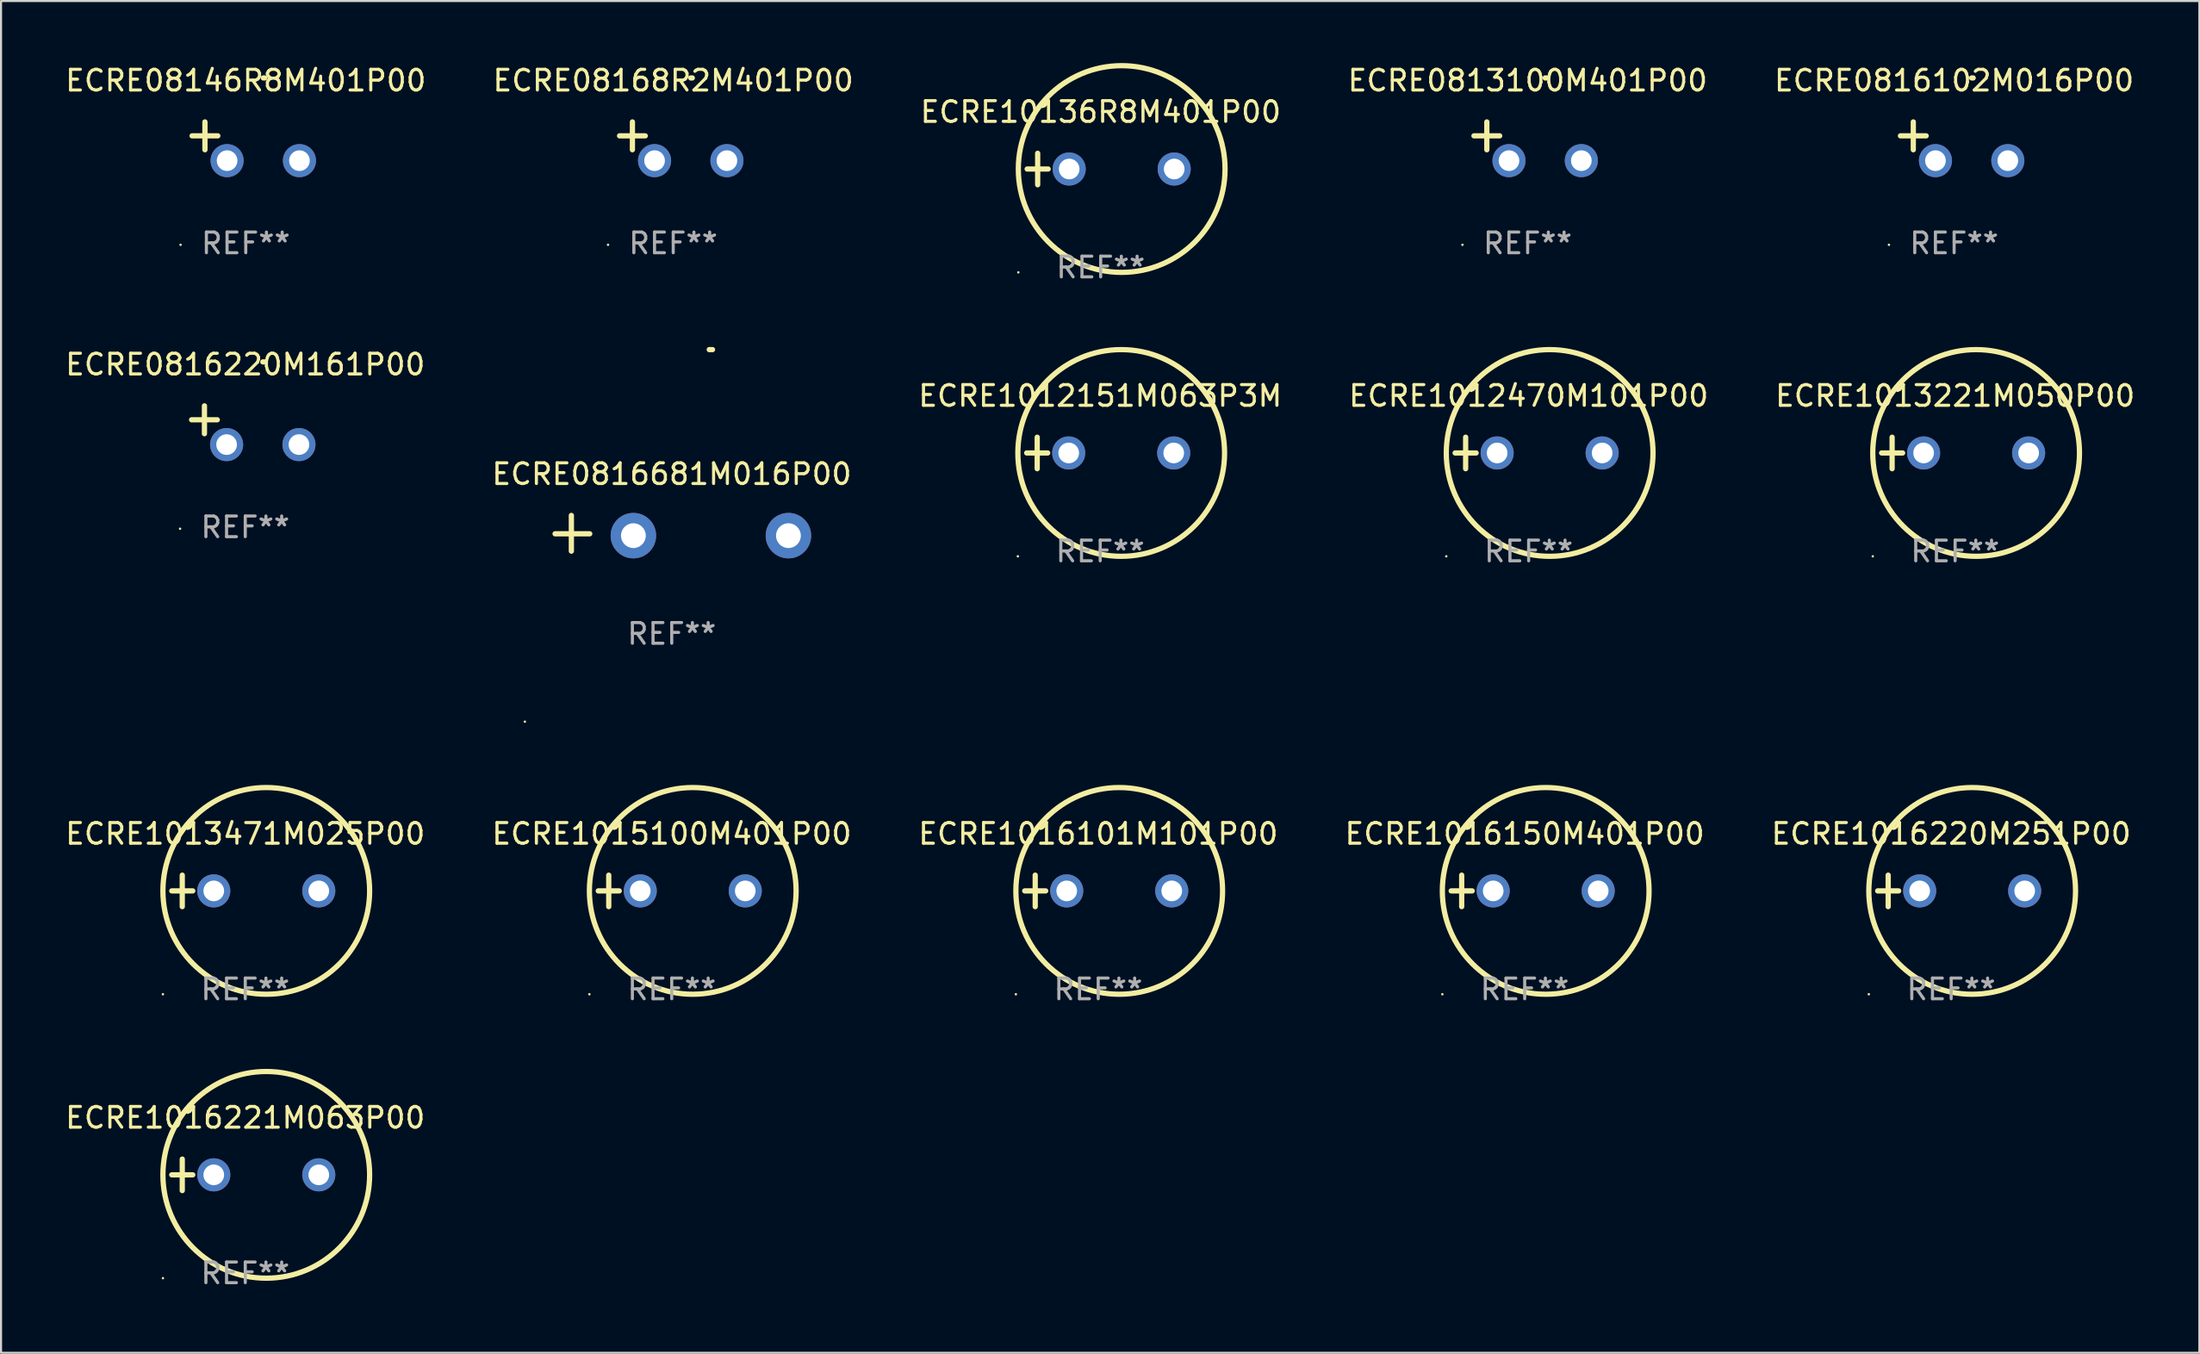
<source format=kicad_pcb>
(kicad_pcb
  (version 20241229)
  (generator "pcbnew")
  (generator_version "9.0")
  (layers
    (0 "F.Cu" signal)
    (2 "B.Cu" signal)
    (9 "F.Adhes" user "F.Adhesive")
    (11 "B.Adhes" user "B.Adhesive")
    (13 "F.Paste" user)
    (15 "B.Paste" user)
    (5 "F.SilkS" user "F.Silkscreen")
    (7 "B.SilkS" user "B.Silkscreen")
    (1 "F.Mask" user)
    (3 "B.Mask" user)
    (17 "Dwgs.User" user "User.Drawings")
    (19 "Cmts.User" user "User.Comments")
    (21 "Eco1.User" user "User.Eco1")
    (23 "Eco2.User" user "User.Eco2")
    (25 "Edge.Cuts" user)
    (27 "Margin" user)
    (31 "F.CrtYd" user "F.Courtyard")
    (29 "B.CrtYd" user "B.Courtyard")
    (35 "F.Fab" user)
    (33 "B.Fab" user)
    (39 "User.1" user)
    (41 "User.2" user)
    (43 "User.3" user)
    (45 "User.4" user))
  (footprint "ECRE1016221M063P00"
    (layer "F.Cu")
    (at 8.815 53.788)
    (property "Reference" "ECRE1016221M063P00" (at 0 -2.762 0) (layer "F.SilkS") (effects (font (size 1 1) (thickness 0.15))))
    (attr through_hole)
    (fp_line (start -3.556 0) (end -2.54 0) (stroke (width 0.254) (type solid)) (layer "F.SilkS"))
    (fp_line (start -3.048 -0.762) (end -3.048 0.762) (stroke (width 0.254) (type solid)) (layer "F.SilkS"))
    (fp_circle (center -3.984 5) (end -3.954 5) (stroke (width 0.06) (type solid)) (fill no) (layer "F.SilkS"))
    (fp_circle (center 1.016 0) (end 6.016 0) (stroke (width 0.254) (type solid)) (fill no) (layer "F.SilkS"))
    (fp_text user "REF**" (at 0 4.762 0) (layer "F.Fab") (effects (font (size 1 1) (thickness 0.15))))
    (pad "1" thru_hole circle (at -1.524 0) (size 1.6 1.6) (drill 1) (layers "*.Cu" "*.Mask"))
    (pad "2" thru_hole circle (at 3.556 0) (size 1.6 1.6) (drill 1) (layers "*.Cu" "*.Mask")))
  (footprint "ECRE0813100M401P00"
    (layer "F.Cu")
    (at 70.851 3.785)
    (property "Reference" "ECRE0813100M401P00" (at 0 -2.937 0) (layer "F.SilkS") (effects (font (size 1 1) (thickness 0.15))))
    (attr through_hole)
    (fp_line (start -1.975 0.41) (end -1.975 -0.937) (stroke (width 0.254) (type solid)) (layer "F.SilkS"))
    (fp_line (start -1.353 -0.263) (end -2.597 -0.263) (stroke (width 0.254) (type solid)) (layer "F.SilkS"))
    (fp_arc (start 0.849809 -3.063957) (mid 0.885369 -3.064114) (end 0.920929 -3.063957) (stroke (width 0.254001) (type solid)) (layer "F.SilkS"))
    (fp_circle (center -3.154 5.008) (end -3.124 5.008) (stroke (width 0.06) (type solid)) (fill no) (layer "F.SilkS"))
    (fp_text user "REF**" (at 0 4.937 0) (layer "F.Fab") (effects (font (size 1 1) (thickness 0.15))))
    (pad "1" thru_hole circle (at -0.903 0.937) (size 1.6 1.6) (drill 1) (layers "*.Cu" "*.Mask"))
    (pad "2" thru_hole circle (at 2.597 0.937) (size 1.6 1.6) (drill 1) (layers "*.Cu" "*.Mask")))
  (footprint "ECRE1016101M101P00"
    (layer "F.Cu")
    (at 50.077 40.051)
    (property "Reference" "ECRE1016101M101P00" (at 0 -2.762 0) (layer "F.SilkS") (effects (font (size 1 1) (thickness 0.15))))
    (attr through_hole)
    (fp_line (start -3.556 0) (end -2.54 0) (stroke (width 0.254) (type solid)) (layer "F.SilkS"))
    (fp_line (start -3.048 -0.762) (end -3.048 0.762) (stroke (width 0.254) (type solid)) (layer "F.SilkS"))
    (fp_circle (center -3.984 5) (end -3.954 5) (stroke (width 0.06) (type solid)) (fill no) (layer "F.SilkS"))
    (fp_circle (center 1.016 0) (end 6.016 0) (stroke (width 0.254) (type solid)) (fill no) (layer "F.SilkS"))
    (fp_text user "REF**" (at 0 4.762 0) (layer "F.Fab") (effects (font (size 1 1) (thickness 0.15))))
    (pad "1" thru_hole circle (at -1.524 0) (size 1.6 1.6) (drill 1) (layers "*.Cu" "*.Mask"))
    (pad "2" thru_hole circle (at 3.556 0) (size 1.6 1.6) (drill 1) (layers "*.Cu" "*.Mask")))
  (footprint "ECRE10136R8M401P00"
    (layer "F.Cu")
    (at 50.196 5.127)
    (property "Reference" "ECRE10136R8M401P00" (at 0 -2.762 0) (layer "F.SilkS") (effects (font (size 1 1) (thickness 0.15))))
    (attr through_hole)
    (fp_line (start -3.556 0) (end -2.54 0) (stroke (width 0.254) (type solid)) (layer "F.SilkS"))
    (fp_line (start -3.048 -0.762) (end -3.048 0.762) (stroke (width 0.254) (type solid)) (layer "F.SilkS"))
    (fp_circle (center -3.984 5) (end -3.954 5) (stroke (width 0.06) (type solid)) (fill no) (layer "F.SilkS"))
    (fp_circle (center 1.016 0) (end 6.016 0) (stroke (width 0.254) (type solid)) (fill no) (layer "F.SilkS"))
    (fp_text user "REF**" (at 0 4.762 0) (layer "F.Fab") (effects (font (size 1 1) (thickness 0.15))))
    (pad "1" thru_hole circle (at -1.524 0) (size 1.6 1.6) (drill 1) (layers "*.Cu" "*.Mask"))
    (pad "2" thru_hole circle (at 3.556 0) (size 1.6 1.6) (drill 1) (layers "*.Cu" "*.Mask")))
  (footprint "ECRE1016220M251P00"
    (layer "F.Cu")
    (at 91.339 40.051)
    (property "Reference" "ECRE1016220M251P00" (at 0 -2.762 0) (layer "F.SilkS") (effects (font (size 1 1) (thickness 0.15))))
    (attr through_hole)
    (fp_line (start -3.556 0) (end -2.54 0) (stroke (width 0.254) (type solid)) (layer "F.SilkS"))
    (fp_line (start -3.048 -0.762) (end -3.048 0.762) (stroke (width 0.254) (type solid)) (layer "F.SilkS"))
    (fp_circle (center -3.984 5) (end -3.954 5) (stroke (width 0.06) (type solid)) (fill no) (layer "F.SilkS"))
    (fp_circle (center 1.016 0) (end 6.016 0) (stroke (width 0.254) (type solid)) (fill no) (layer "F.SilkS"))
    (fp_text user "REF**" (at 0 4.762 0) (layer "F.Fab") (effects (font (size 1 1) (thickness 0.15))))
    (pad "1" thru_hole circle (at -1.524 0) (size 1.6 1.6) (drill 1) (layers "*.Cu" "*.Mask"))
    (pad "2" thru_hole circle (at 3.556 0) (size 1.6 1.6) (drill 1) (layers "*.Cu" "*.Mask")))
  (footprint "ECRE0816681M016P00"
    (layer "F.Cu")
    (at 29.446 22.75)
    (property "Reference" "ECRE0816681M016P00" (at 0 -2.864 0) (layer "F.SilkS") (effects (font (size 1 1) (thickness 0.15))))
    (attr through_hole)
    (fp_line (start -4.856 0.864) (end -4.856 -0.864) (stroke (width 0.254) (type solid)) (layer "F.SilkS"))
    (fp_line (start -3.967 0.025) (end -5.644 0.025) (stroke (width 0.254) (type solid)) (layer "F.SilkS"))
    (fp_arc (start 1.815024 -8.885649) (mid 1.893764 -8.88599) (end 1.972504 -8.885649) (stroke (width 0.254001) (type solid)) (layer "F.SilkS"))
    (fp_circle (center -7.106 9.114) (end -7.076 9.114) (stroke (width 0.06) (type solid)) (fill no) (layer "F.SilkS"))
    (fp_text user "REF**" (at 0 4.864 0) (layer "F.Fab") (effects (font (size 1 1) (thickness 0.15))))
    (pad "1" thru_hole circle (at -1.856 0.114) (size 2.2 2.2) (drill 1.2) (layers "*.Cu" "*.Mask"))
    (pad "2" thru_hole circle (at 5.644 0.114) (size 2.2 2.2) (drill 1.2) (layers "*.Cu" "*.Mask")))
  (footprint "ECRE1012470M101P00"
    (layer "F.Cu")
    (at 70.899 18.864)
    (property "Reference" "ECRE1012470M101P00" (at 0 -2.762 0) (layer "F.SilkS") (effects (font (size 1 1) (thickness 0.15))))
    (attr through_hole)
    (fp_line (start -3.556 0) (end -2.54 0) (stroke (width 0.254) (type solid)) (layer "F.SilkS"))
    (fp_line (start -3.048 -0.762) (end -3.048 0.762) (stroke (width 0.254) (type solid)) (layer "F.SilkS"))
    (fp_circle (center -3.984 5) (end -3.954 5) (stroke (width 0.06) (type solid)) (fill no) (layer "F.SilkS"))
    (fp_circle (center 1.016 0) (end 6.016 0) (stroke (width 0.254) (type solid)) (fill no) (layer "F.SilkS"))
    (fp_text user "REF**" (at 0 4.762 0) (layer "F.Fab") (effects (font (size 1 1) (thickness 0.15))))
    (pad "1" thru_hole circle (at -1.524 0) (size 1.6 1.6) (drill 1) (layers "*.Cu" "*.Mask"))
    (pad "2" thru_hole circle (at 3.556 0) (size 1.6 1.6) (drill 1) (layers "*.Cu" "*.Mask")))
  (footprint "ECRE08146R8M401P00"
    (layer "F.Cu")
    (at 8.839 3.785)
    (property "Reference" "ECRE08146R8M401P00" (at 0 -2.937 0) (layer "F.SilkS") (effects (font (size 1 1) (thickness 0.15))))
    (attr through_hole)
    (fp_line (start -1.975 0.41) (end -1.975 -0.937) (stroke (width 0.254) (type solid)) (layer "F.SilkS"))
    (fp_line (start -1.353 -0.263) (end -2.597 -0.263) (stroke (width 0.254) (type solid)) (layer "F.SilkS"))
    (fp_arc (start 0.849809 -3.063957) (mid 0.885369 -3.064114) (end 0.920929 -3.063957) (stroke (width 0.254001) (type solid)) (layer "F.SilkS"))
    (fp_circle (center -3.154 5.008) (end -3.124 5.008) (stroke (width 0.06) (type solid)) (fill no) (layer "F.SilkS"))
    (fp_text user "REF**" (at 0 4.937 0) (layer "F.Fab") (effects (font (size 1 1) (thickness 0.15))))
    (pad "1" thru_hole circle (at -0.903 0.937) (size 1.6 1.6) (drill 1) (layers "*.Cu" "*.Mask"))
    (pad "2" thru_hole circle (at 2.597 0.937) (size 1.6 1.6) (drill 1) (layers "*.Cu" "*.Mask")))
  (footprint "ECRE0816220M161P00"
    (layer "F.Cu")
    (at 8.815 17.522)
    (property "Reference" "ECRE0816220M161P00" (at 0 -2.937 0) (layer "F.SilkS") (effects (font (size 1 1) (thickness 0.15))))
    (attr through_hole)
    (fp_line (start -1.975 0.41) (end -1.975 -0.937) (stroke (width 0.254) (type solid)) (layer "F.SilkS"))
    (fp_line (start -1.353 -0.263) (end -2.597 -0.263) (stroke (width 0.254) (type solid)) (layer "F.SilkS"))
    (fp_arc (start 0.849809 -3.063957) (mid 0.885369 -3.064114) (end 0.920929 -3.063957) (stroke (width 0.254001) (type solid)) (layer "F.SilkS"))
    (fp_circle (center -3.154 5.008) (end -3.124 5.008) (stroke (width 0.06) (type solid)) (fill no) (layer "F.SilkS"))
    (fp_text user "REF**" (at 0 4.937 0) (layer "F.Fab") (effects (font (size 1 1) (thickness 0.15))))
    (pad "1" thru_hole circle (at -0.903 0.937) (size 1.6 1.6) (drill 1) (layers "*.Cu" "*.Mask"))
    (pad "2" thru_hole circle (at 2.597 0.937) (size 1.6 1.6) (drill 1) (layers "*.Cu" "*.Mask")))
  (footprint "ECRE1013221M050P00"
    (layer "F.Cu")
    (at 91.53 18.864)
    (property "Reference" "ECRE1013221M050P00" (at 0 -2.762 0) (layer "F.SilkS") (effects (font (size 1 1) (thickness 0.15))))
    (attr through_hole)
    (fp_line (start -3.556 0) (end -2.54 0) (stroke (width 0.254) (type solid)) (layer "F.SilkS"))
    (fp_line (start -3.048 -0.762) (end -3.048 0.762) (stroke (width 0.254) (type solid)) (layer "F.SilkS"))
    (fp_circle (center -3.984 5) (end -3.954 5) (stroke (width 0.06) (type solid)) (fill no) (layer "F.SilkS"))
    (fp_circle (center 1.016 0) (end 6.016 0) (stroke (width 0.254) (type solid)) (fill no) (layer "F.SilkS"))
    (fp_text user "REF**" (at 0 4.762 0) (layer "F.Fab") (effects (font (size 1 1) (thickness 0.15))))
    (pad "1" thru_hole circle (at -1.524 0) (size 1.6 1.6) (drill 1) (layers "*.Cu" "*.Mask"))
    (pad "2" thru_hole circle (at 3.556 0) (size 1.6 1.6) (drill 1) (layers "*.Cu" "*.Mask")))
  (footprint "ECRE1013471M025P00"
    (layer "F.Cu")
    (at 8.815 40.051)
    (property "Reference" "ECRE1013471M025P00" (at 0 -2.762 0) (layer "F.SilkS") (effects (font (size 1 1) (thickness 0.15))))
    (attr through_hole)
    (fp_line (start -3.556 0) (end -2.54 0) (stroke (width 0.254) (type solid)) (layer "F.SilkS"))
    (fp_line (start -3.048 -0.762) (end -3.048 0.762) (stroke (width 0.254) (type solid)) (layer "F.SilkS"))
    (fp_circle (center -3.984 5) (end -3.954 5) (stroke (width 0.06) (type solid)) (fill no) (layer "F.SilkS"))
    (fp_circle (center 1.016 0) (end 6.016 0) (stroke (width 0.254) (type solid)) (fill no) (layer "F.SilkS"))
    (fp_text user "REF**" (at 0 4.762 0) (layer "F.Fab") (effects (font (size 1 1) (thickness 0.15))))
    (pad "1" thru_hole circle (at -1.524 0) (size 1.6 1.6) (drill 1) (layers "*.Cu" "*.Mask"))
    (pad "2" thru_hole circle (at 3.556 0) (size 1.6 1.6) (drill 1) (layers "*.Cu" "*.Mask")))
  (footprint "ECRE1015100M401P00"
    (layer "F.Cu")
    (at 29.446 40.051)
    (property "Reference" "ECRE1015100M401P00" (at 0 -2.762 0) (layer "F.SilkS") (effects (font (size 1 1) (thickness 0.15))))
    (attr through_hole)
    (fp_line (start -3.556 0) (end -2.54 0) (stroke (width 0.254) (type solid)) (layer "F.SilkS"))
    (fp_line (start -3.048 -0.762) (end -3.048 0.762) (stroke (width 0.254) (type solid)) (layer "F.SilkS"))
    (fp_circle (center -3.984 5) (end -3.954 5) (stroke (width 0.06) (type solid)) (fill no) (layer "F.SilkS"))
    (fp_circle (center 1.016 0) (end 6.016 0) (stroke (width 0.254) (type solid)) (fill no) (layer "F.SilkS"))
    (fp_text user "REF**" (at 0 4.762 0) (layer "F.Fab") (effects (font (size 1 1) (thickness 0.15))))
    (pad "1" thru_hole circle (at -1.524 0) (size 1.6 1.6) (drill 1) (layers "*.Cu" "*.Mask"))
    (pad "2" thru_hole circle (at 3.556 0) (size 1.6 1.6) (drill 1) (layers "*.Cu" "*.Mask")))
  (footprint "ECRE1012151M063P3M"
    (layer "F.Cu")
    (at 50.173 18.864)
    (property "Reference" "ECRE1012151M063P3M" (at 0 -2.762 0) (layer "F.SilkS") (effects (font (size 1 1) (thickness 0.15))))
    (attr through_hole)
    (fp_line (start -3.556 0) (end -2.54 0) (stroke (width 0.254) (type solid)) (layer "F.SilkS"))
    (fp_line (start -3.048 -0.762) (end -3.048 0.762) (stroke (width 0.254) (type solid)) (layer "F.SilkS"))
    (fp_circle (center -3.984 5) (end -3.954 5) (stroke (width 0.06) (type solid)) (fill no) (layer "F.SilkS"))
    (fp_circle (center 1.016 0) (end 6.016 0) (stroke (width 0.254) (type solid)) (fill no) (layer "F.SilkS"))
    (fp_text user "REF**" (at 0 4.762 0) (layer "F.Fab") (effects (font (size 1 1) (thickness 0.15))))
    (pad "1" thru_hole circle (at -1.524 0) (size 1.6 1.6) (drill 1) (layers "*.Cu" "*.Mask"))
    (pad "2" thru_hole circle (at 3.556 0) (size 1.6 1.6) (drill 1) (layers "*.Cu" "*.Mask")))
  (footprint "ECRE0816102M016P00"
    (layer "F.Cu")
    (at 91.482 3.785)
    (property "Reference" "ECRE0816102M016P00" (at 0 -2.937 0) (layer "F.SilkS") (effects (font (size 1 1) (thickness 0.15))))
    (attr through_hole)
    (fp_line (start -1.975 0.41) (end -1.975 -0.937) (stroke (width 0.254) (type solid)) (layer "F.SilkS"))
    (fp_line (start -1.353 -0.263) (end -2.597 -0.263) (stroke (width 0.254) (type solid)) (layer "F.SilkS"))
    (fp_arc (start 0.849809 -3.063957) (mid 0.885369 -3.064114) (end 0.920929 -3.063957) (stroke (width 0.254001) (type solid)) (layer "F.SilkS"))
    (fp_circle (center -3.154 5.008) (end -3.124 5.008) (stroke (width 0.06) (type solid)) (fill no) (layer "F.SilkS"))
    (fp_text user "REF**" (at 0 4.937 0) (layer "F.Fab") (effects (font (size 1 1) (thickness 0.15))))
    (pad "1" thru_hole circle (at -0.903 0.937) (size 1.6 1.6) (drill 1) (layers "*.Cu" "*.Mask"))
    (pad "2" thru_hole circle (at 2.597 0.937) (size 1.6 1.6) (drill 1) (layers "*.Cu" "*.Mask")))
  (footprint "ECRE08168R2M401P00"
    (layer "F.Cu")
    (at 29.518 3.785)
    (property "Reference" "ECRE08168R2M401P00" (at 0 -2.937 0) (layer "F.SilkS") (effects (font (size 1 1) (thickness 0.15))))
    (attr through_hole)
    (fp_line (start -1.975 0.41) (end -1.975 -0.937) (stroke (width 0.254) (type solid)) (layer "F.SilkS"))
    (fp_line (start -1.353 -0.263) (end -2.597 -0.263) (stroke (width 0.254) (type solid)) (layer "F.SilkS"))
    (fp_arc (start 0.849809 -3.063957) (mid 0.885369 -3.064114) (end 0.920929 -3.063957) (stroke (width 0.254001) (type solid)) (layer "F.SilkS"))
    (fp_circle (center -3.154 5.008) (end -3.124 5.008) (stroke (width 0.06) (type solid)) (fill no) (layer "F.SilkS"))
    (fp_text user "REF**" (at 0 4.937 0) (layer "F.Fab") (effects (font (size 1 1) (thickness 0.15))))
    (pad "1" thru_hole circle (at -0.903 0.937) (size 1.6 1.6) (drill 1) (layers "*.Cu" "*.Mask"))
    (pad "2" thru_hole circle (at 2.597 0.937) (size 1.6 1.6) (drill 1) (layers "*.Cu" "*.Mask")))
  (footprint "ECRE1016150M401P00"
    (layer "F.Cu")
    (at 70.708 40.051)
    (property "Reference" "ECRE1016150M401P00" (at 0 -2.762 0) (layer "F.SilkS") (effects (font (size 1 1) (thickness 0.15))))
    (attr through_hole)
    (fp_line (start -3.556 0) (end -2.54 0) (stroke (width 0.254) (type solid)) (layer "F.SilkS"))
    (fp_line (start -3.048 -0.762) (end -3.048 0.762) (stroke (width 0.254) (type solid)) (layer "F.SilkS"))
    (fp_circle (center -3.984 5) (end -3.954 5) (stroke (width 0.06) (type solid)) (fill no) (layer "F.SilkS"))
    (fp_circle (center 1.016 0) (end 6.016 0) (stroke (width 0.254) (type solid)) (fill no) (layer "F.SilkS"))
    (fp_text user "REF**" (at 0 4.762 0) (layer "F.Fab") (effects (font (size 1 1) (thickness 0.15))))
    (pad "1" thru_hole circle (at -1.524 0) (size 1.6 1.6) (drill 1) (layers "*.Cu" "*.Mask"))
    (pad "2" thru_hole circle (at 3.556 0) (size 1.6 1.6) (drill 1) (layers "*.Cu" "*.Mask")))
  (gr_rect
    (start -3 -3)
    (end 103.345 62.398)
    (stroke (width 0.1) (type default))
    (fill no)
    (layer "Edge.Cuts")))
</source>
